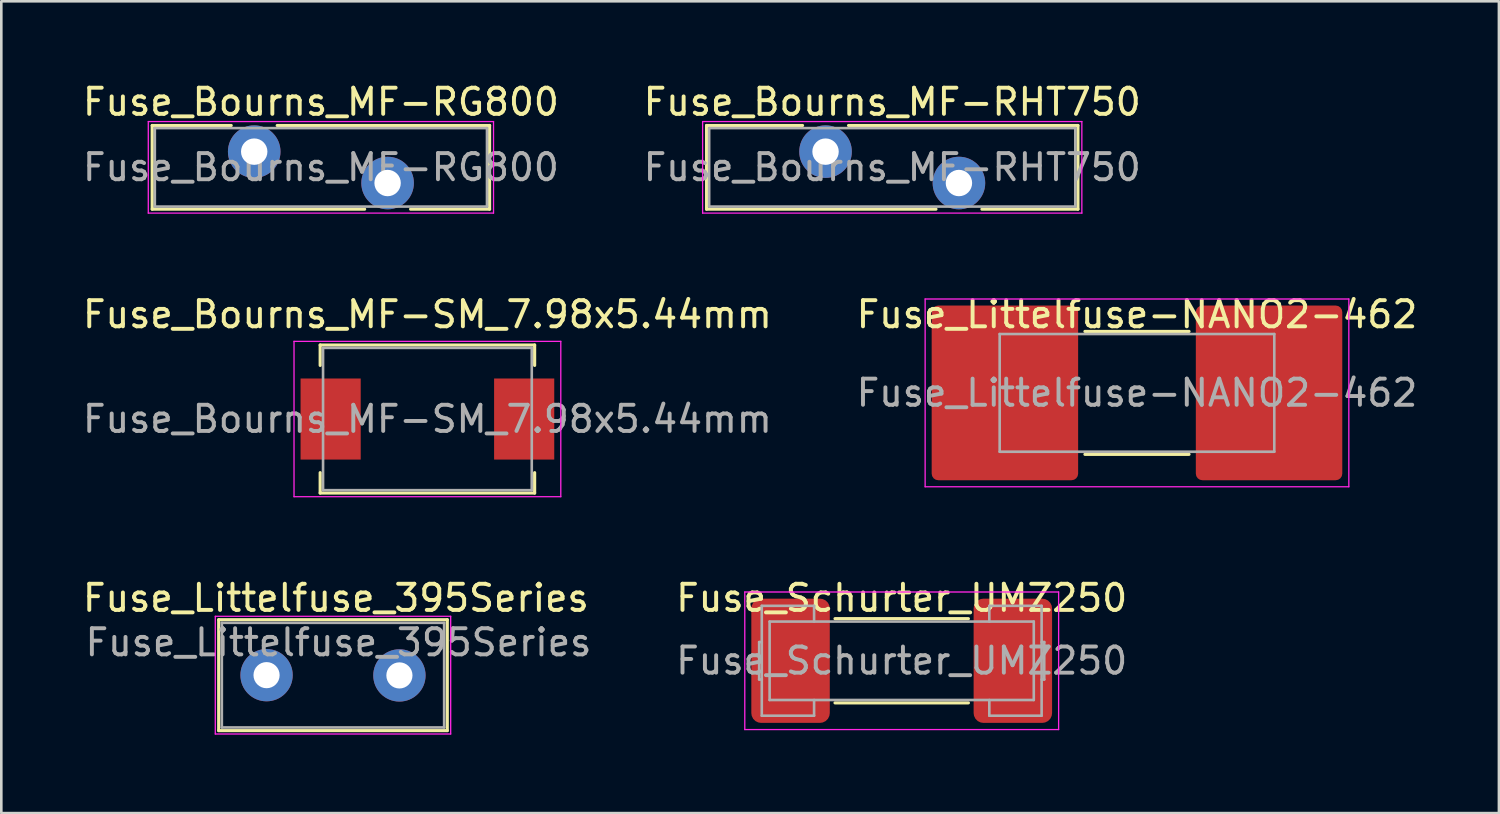
<source format=kicad_pcb>
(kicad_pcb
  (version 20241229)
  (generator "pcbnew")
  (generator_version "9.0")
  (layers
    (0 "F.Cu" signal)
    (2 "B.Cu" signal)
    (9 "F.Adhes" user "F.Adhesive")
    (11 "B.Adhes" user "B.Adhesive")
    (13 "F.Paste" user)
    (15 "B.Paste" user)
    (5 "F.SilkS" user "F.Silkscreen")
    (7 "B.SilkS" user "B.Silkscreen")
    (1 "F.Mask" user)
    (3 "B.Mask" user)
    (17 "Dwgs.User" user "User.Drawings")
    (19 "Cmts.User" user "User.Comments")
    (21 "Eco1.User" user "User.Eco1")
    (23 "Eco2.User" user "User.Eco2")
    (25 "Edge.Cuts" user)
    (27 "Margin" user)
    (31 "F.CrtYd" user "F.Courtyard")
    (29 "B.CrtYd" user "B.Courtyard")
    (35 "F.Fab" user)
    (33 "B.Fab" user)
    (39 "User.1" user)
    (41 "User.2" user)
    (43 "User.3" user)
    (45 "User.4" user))
  (footprint "Fuse_Schurter_UMZ250"
    (layer "F.Cu")
    (at 31.427 22.215)
    (property "Reference" "Fuse_Schurter_UMZ250" (at 0 -2.4 0) (layer "F.SilkS") (effects (font (size 1 1) (thickness 0.15))))
    (attr smd)
    (fp_line (start -2.55 -1.61) (end 2.55 -1.61) (stroke (width 0.12) (type solid)) (layer "F.SilkS"))
    (fp_line (start -2.55 1.61) (end 2.55 1.61) (stroke (width 0.12) (type solid)) (layer "F.SilkS"))
    (fp_line (start -6 2.63) (end -6 -2.63) (stroke (width 0.05) (type solid)) (layer "F.CrtYd"))
    (fp_line (start -6 2.63) (end 6 2.63) (stroke (width 0.05) (type solid)) (layer "F.CrtYd"))
    (fp_line (start 6 -2.63) (end -6 -2.63) (stroke (width 0.05) (type solid)) (layer "F.CrtYd"))
    (fp_line (start 6 2.63) (end 6 -2.63) (stroke (width 0.05) (type solid)) (layer "F.CrtYd"))
    (fp_line (start -5.45 0.715) (end -5.45 -0.715) (stroke (width 0.1) (type solid)) (layer "F.Fab"))
    (fp_line (start -5.35 -2.1) (end -5.35 2.1) (stroke (width 0.1) (type solid)) (layer "F.Fab"))
    (fp_line (start -5.35 -0.715) (end -5.45 -0.715) (stroke (width 0.1) (type solid)) (layer "F.Fab"))
    (fp_line (start -5.35 0.715) (end -5.45 0.715) (stroke (width 0.1) (type solid)) (layer "F.Fab"))
    (fp_line (start -5.35 2.1) (end -3.35 2.1) (stroke (width 0.1) (type solid)) (layer "F.Fab"))
    (fp_line (start -5.05 -1.5) (end 5.05 -1.5) (stroke (width 0.1) (type solid)) (layer "F.Fab"))
    (fp_line (start -5.05 1.5) (end -5.05 -1.5) (stroke (width 0.1) (type solid)) (layer "F.Fab"))
    (fp_line (start -3.35 -2.1) (end -5.35 -2.1) (stroke (width 0.1) (type solid)) (layer "F.Fab"))
    (fp_line (start -3.35 -1.5) (end -3.35 -2.1) (stroke (width 0.1) (type solid)) (layer "F.Fab"))
    (fp_line (start -3.35 2.1) (end -3.35 1.5) (stroke (width 0.1) (type solid)) (layer "F.Fab"))
    (fp_line (start 3.35 -2.1) (end 3.35 -1.5) (stroke (width 0.1) (type solid)) (layer "F.Fab"))
    (fp_line (start 3.35 1.5) (end 3.35 2.1) (stroke (width 0.1) (type solid)) (layer "F.Fab"))
    (fp_line (start 3.35 2.1) (end 5.35 2.1) (stroke (width 0.1) (type solid)) (layer "F.Fab"))
    (fp_line (start 5.05 -1.5) (end 5.05 1.5) (stroke (width 0.1) (type solid)) (layer "F.Fab"))
    (fp_line (start 5.05 1.5) (end -5.05 1.5) (stroke (width 0.1) (type solid)) (layer "F.Fab"))
    (fp_line (start 5.35 -2.1) (end 3.35 -2.1) (stroke (width 0.1) (type solid)) (layer "F.Fab"))
    (fp_line (start 5.35 -0.715) (end 5.45 -0.715) (stroke (width 0.1) (type solid)) (layer "F.Fab"))
    (fp_line (start 5.35 0.715) (end 5.45 0.715) (stroke (width 0.1) (type solid)) (layer "F.Fab"))
    (fp_line (start 5.35 2.1) (end 5.35 -2.1) (stroke (width 0.1) (type solid)) (layer "F.Fab"))
    (fp_line (start 5.45 -0.715) (end 5.45 0.715) (stroke (width 0.1) (type solid)) (layer "F.Fab"))
    (fp_text user "${REFERENCE}" (at 0 0 0) (layer "F.Fab") (effects (font (size 1 1) (thickness 0.15))))
    (pad "1" smd roundrect (at -4.25 0) (size 3 4.75) (layers "F.Cu" "F.Mask" "F.Paste") (roundrect_rratio 0.125))
    (pad "2" smd roundrect (at 4.25 0) (size 3 4.75) (layers "F.Cu" "F.Mask" "F.Paste") (roundrect_rratio 0.125)))
  (footprint "Fuse_Bourns_MF-RG800"
    (layer "F.Cu")
    (at 6.67 2.748)
    (property "Reference" "Fuse_Bourns_MF-RG800" (at 2.55 -1.9 0) (layer "F.SilkS") (effects (font (size 1 1) (thickness 0.15))))
    (attr through_hole)
    (fp_line (start -3.9 -1) (end -3.9 2.2) (stroke (width 0.12) (type solid)) (layer "F.SilkS"))
    (fp_line (start -3.9 -1) (end -0.879 -1) (stroke (width 0.12) (type solid)) (layer "F.SilkS"))
    (fp_line (start -3.9 2.2) (end 4.222 2.2) (stroke (width 0.12) (type solid)) (layer "F.SilkS"))
    (fp_line (start 0.879 -1) (end 9 -1) (stroke (width 0.12) (type solid)) (layer "F.SilkS"))
    (fp_line (start 5.979 2.2) (end 9 2.2) (stroke (width 0.12) (type solid)) (layer "F.SilkS"))
    (fp_line (start 9 -1) (end 9 2.2) (stroke (width 0.12) (type solid)) (layer "F.SilkS"))
    (fp_line (start -4.05 -1.15) (end -4.05 2.35) (stroke (width 0.05) (type solid)) (layer "F.CrtYd"))
    (fp_line (start -4.05 2.35) (end 9.15 2.35) (stroke (width 0.05) (type solid)) (layer "F.CrtYd"))
    (fp_line (start 9.15 -1.15) (end -4.05 -1.15) (stroke (width 0.05) (type solid)) (layer "F.CrtYd"))
    (fp_line (start 9.15 2.35) (end 9.15 -1.15) (stroke (width 0.05) (type solid)) (layer "F.CrtYd"))
    (fp_line (start -3.8 -0.9) (end -3.8 2.1) (stroke (width 0.1) (type solid)) (layer "F.Fab"))
    (fp_line (start -3.8 2.1) (end 8.9 2.1) (stroke (width 0.1) (type solid)) (layer "F.Fab"))
    (fp_line (start 8.9 -0.9) (end -3.8 -0.9) (stroke (width 0.1) (type solid)) (layer "F.Fab"))
    (fp_line (start 8.9 2.1) (end 8.9 -0.9) (stroke (width 0.1) (type solid)) (layer "F.Fab"))
    (fp_text user "${REFERENCE}" (at 2.55 0.6 0) (layer "F.Fab") (effects (font (size 1 1) (thickness 0.15))))
    (pad "1" thru_hole circle (at 0 0) (size 2.01 2.01) (drill 1.01) (layers "*.Cu" "*.Mask"))
    (pad "2" thru_hole circle (at 5.1 1.2) (size 2.01 2.01) (drill 1.01) (layers "*.Cu" "*.Mask")))
  (footprint "Fuse_Littelfuse_395Series"
    (layer "F.Cu")
    (at 7.142 22.765)
    (property "Reference" "Fuse_Littelfuse_395Series" (at 2.65 -2.95 0) (layer "F.SilkS") (effects (font (size 1 1) (thickness 0.15))))
    (attr through_hole)
    (fp_line (start -1.83 -2.12) (end -1.83 2.12) (stroke (width 0.12) (type solid)) (layer "F.SilkS"))
    (fp_line (start -1.83 -2.12) (end 6.91 -2.12) (stroke (width 0.12) (type solid)) (layer "F.SilkS"))
    (fp_line (start 6.91 2.12) (end -1.83 2.12) (stroke (width 0.12) (type solid)) (layer "F.SilkS"))
    (fp_line (start 6.91 2.12) (end 6.91 -2.12) (stroke (width 0.12) (type solid)) (layer "F.SilkS"))
    (fp_line (start -1.96 -2.25) (end -1.96 2.25) (stroke (width 0.05) (type solid)) (layer "F.CrtYd"))
    (fp_line (start -1.96 -2.25) (end 7.04 -2.25) (stroke (width 0.05) (type solid)) (layer "F.CrtYd"))
    (fp_line (start 7.04 2.25) (end -1.96 2.25) (stroke (width 0.05) (type solid)) (layer "F.CrtYd"))
    (fp_line (start 7.04 2.25) (end 7.04 -2.25) (stroke (width 0.05) (type solid)) (layer "F.CrtYd"))
    (fp_line (start -1.71 -2) (end -1.71 2) (stroke (width 0.1) (type solid)) (layer "F.Fab"))
    (fp_line (start -1.71 2) (end 6.79 2) (stroke (width 0.1) (type solid)) (layer "F.Fab"))
    (fp_line (start 6.79 -2) (end -1.71 -2) (stroke (width 0.1) (type solid)) (layer "F.Fab"))
    (fp_line (start 6.79 2) (end 6.79 -2) (stroke (width 0.1) (type solid)) (layer "F.Fab"))
    (fp_text user "${REFERENCE}" (at 2.75 -1.25 0) (layer "F.Fab") (effects (font (size 1 1) (thickness 0.15))))
    (pad "1" thru_hole circle (at 0 0) (size 2 2) (drill 1) (layers "*.Cu" "*.Mask"))
    (pad "2" thru_hole circle (at 5.08 0.01) (size 2 2) (drill 1) (layers "*.Cu" "*.Mask")))
  (footprint "Fuse_Littelfuse-NANO2-462"
    (layer "F.Cu")
    (at 40.423 11.972)
    (property "Reference" "Fuse_Littelfuse-NANO2-462" (at 0 -3 0) (unlocked yes) (layer "F.SilkS") (effects (font (size 1 1) (thickness 0.15))))
    (attr smd)
    (fp_line (start -1.99 -2.35) (end 1.99 -2.35) (stroke (width 0.12) (type solid)) (layer "F.SilkS"))
    (fp_line (start -1.99 2.35) (end 1.99 2.35) (stroke (width 0.12) (type solid)) (layer "F.SilkS"))
    (fp_line (start -8.1 -3.59) (end -8.1 3.59) (stroke (width 0.05) (type default)) (layer "F.CrtYd"))
    (fp_line (start -8.1 -3.59) (end 8.1 -3.59) (stroke (width 0.05) (type solid)) (layer "F.CrtYd"))
    (fp_line (start 8.1 -3.59) (end 8.1 3.59) (stroke (width 0.05) (type default)) (layer "F.CrtYd"))
    (fp_line (start 8.1 3.59) (end -8.1 3.59) (stroke (width 0.05) (type solid)) (layer "F.CrtYd"))
    (fp_line (start -5.25 -2.25) (end -5.25 2.25) (stroke (width 0.1) (type default)) (layer "F.Fab"))
    (fp_line (start -5.25 -2.25) (end 5.25 -2.25) (stroke (width 0.1) (type solid)) (layer "F.Fab"))
    (fp_line (start -5.25 2.25) (end 5.25 2.25) (stroke (width 0.1) (type solid)) (layer "F.Fab"))
    (fp_line (start 5.25 -2.25) (end 5.25 2.25) (stroke (width 0.1) (type default)) (layer "F.Fab"))
    (fp_text user "${REFERENCE}" (at 0 0 0) (layer "F.Fab") (effects (font (size 1 1) (thickness 0.15))))
    (pad "1" smd roundrect (at -5.05 0) (size 5.6 6.68) (layers "F.Cu" "F.Mask" "F.Paste") (roundrect_rratio 0.045))
    (pad "2" smd roundrect (at 5.05 0) (size 5.6 6.68) (layers "F.Cu" "F.Mask" "F.Paste") (roundrect_rratio 0.045)))
  (footprint "Fuse_Bourns_MF-SM_7.98x5.44mm"
    (layer "F.Cu")
    (at 13.292 12.972)
    (property "Reference" "Fuse_Bourns_MF-SM_7.98x5.44mm" (at 0 -4 0) (layer "F.SilkS") (effects (font (size 1 1) (thickness 0.15))))
    (attr smd)
    (fp_line (start -4.1 -2.83) (end -4.1 -2.05) (stroke (width 0.12) (type solid)) (layer "F.SilkS"))
    (fp_line (start -4.1 -2.83) (end 4.1 -2.83) (stroke (width 0.12) (type solid)) (layer "F.SilkS"))
    (fp_line (start -4.1 2.83) (end -4.1 2.05) (stroke (width 0.12) (type solid)) (layer "F.SilkS"))
    (fp_line (start -4.1 2.83) (end 4.1 2.83) (stroke (width 0.12) (type solid)) (layer "F.SilkS"))
    (fp_line (start 4.1 -2.83) (end 4.1 -2.05) (stroke (width 0.12) (type solid)) (layer "F.SilkS"))
    (fp_line (start 4.1 2.83) (end 4.1 2.05) (stroke (width 0.12) (type solid)) (layer "F.SilkS"))
    (fp_line (start -5.1 -2.97) (end 5.1 -2.97) (stroke (width 0.05) (type solid)) (layer "F.CrtYd"))
    (fp_line (start -5.1 2.97) (end -5.1 -2.97) (stroke (width 0.05) (type solid)) (layer "F.CrtYd"))
    (fp_line (start 5.1 -2.97) (end 5.1 2.97) (stroke (width 0.05) (type solid)) (layer "F.CrtYd"))
    (fp_line (start 5.1 2.97) (end -5.1 2.97) (stroke (width 0.05) (type solid)) (layer "F.CrtYd"))
    (fp_line (start -3.99 -2.72) (end 3.99 -2.72) (stroke (width 0.1) (type solid)) (layer "F.Fab"))
    (fp_line (start -3.99 2.72) (end -3.99 -2.72) (stroke (width 0.1) (type solid)) (layer "F.Fab"))
    (fp_line (start 3.99 -2.72) (end 3.99 2.72) (stroke (width 0.1) (type solid)) (layer "F.Fab"))
    (fp_line (start 3.99 2.72) (end -3.99 2.72) (stroke (width 0.1) (type solid)) (layer "F.Fab"))
    (fp_text user "${REFERENCE}" (at 0 0 0) (layer "F.Fab") (effects (font (size 1 1) (thickness 0.15))))
    (pad "1" smd rect (at -3.7 0) (size 2.3 3.1) (layers "F.Cu" "F.Mask" "F.Paste"))
    (pad "2" smd rect (at 3.7 0) (size 2.3 3.1) (layers "F.Cu" "F.Mask" "F.Paste")))
  (footprint "Fuse_Bourns_MF-RHT750"
    (layer "F.Cu")
    (at 28.515 2.748)
    (property "Reference" "Fuse_Bourns_MF-RHT750" (at 2.55 -1.9 0) (layer "F.SilkS") (effects (font (size 1 1) (thickness 0.15))))
    (attr through_hole)
    (fp_line (start -4.55 -1) (end -4.55 2.2) (stroke (width 0.12) (type solid)) (layer "F.SilkS"))
    (fp_line (start -4.55 -1) (end -0.879 -1) (stroke (width 0.12) (type solid)) (layer "F.SilkS"))
    (fp_line (start -4.55 2.2) (end 4.222 2.2) (stroke (width 0.12) (type solid)) (layer "F.SilkS"))
    (fp_line (start 0.879 -1) (end 9.65 -1) (stroke (width 0.12) (type solid)) (layer "F.SilkS"))
    (fp_line (start 5.979 2.2) (end 9.65 2.2) (stroke (width 0.12) (type solid)) (layer "F.SilkS"))
    (fp_line (start 9.65 -1) (end 9.65 2.2) (stroke (width 0.12) (type solid)) (layer "F.SilkS"))
    (fp_line (start -4.7 -1.15) (end -4.7 2.35) (stroke (width 0.05) (type solid)) (layer "F.CrtYd"))
    (fp_line (start -4.7 2.35) (end 9.8 2.35) (stroke (width 0.05) (type solid)) (layer "F.CrtYd"))
    (fp_line (start 9.8 -1.15) (end -4.7 -1.15) (stroke (width 0.05) (type solid)) (layer "F.CrtYd"))
    (fp_line (start 9.8 2.35) (end 9.8 -1.15) (stroke (width 0.05) (type solid)) (layer "F.CrtYd"))
    (fp_line (start -4.45 -0.9) (end -4.45 2.1) (stroke (width 0.1) (type solid)) (layer "F.Fab"))
    (fp_line (start -4.45 2.1) (end 9.55 2.1) (stroke (width 0.1) (type solid)) (layer "F.Fab"))
    (fp_line (start 9.55 -0.9) (end -4.45 -0.9) (stroke (width 0.1) (type solid)) (layer "F.Fab"))
    (fp_line (start 9.55 2.1) (end 9.55 -0.9) (stroke (width 0.1) (type solid)) (layer "F.Fab"))
    (fp_text user "${REFERENCE}" (at 2.55 0.6 0) (layer "F.Fab") (effects (font (size 1 1) (thickness 0.15))))
    (pad "1" thru_hole circle (at 0 0) (size 2.01 2.01) (drill 1.01) (layers "*.Cu" "*.Mask"))
    (pad "2" thru_hole circle (at 5.1 1.2) (size 2.01 2.01) (drill 1.01) (layers "*.Cu" "*.Mask")))
  (gr_rect
    (start -3 -3)
    (end 54.262 28.04)
    (stroke (width 0.1) (type default))
    (fill no)
    (layer "Edge.Cuts")))
</source>
